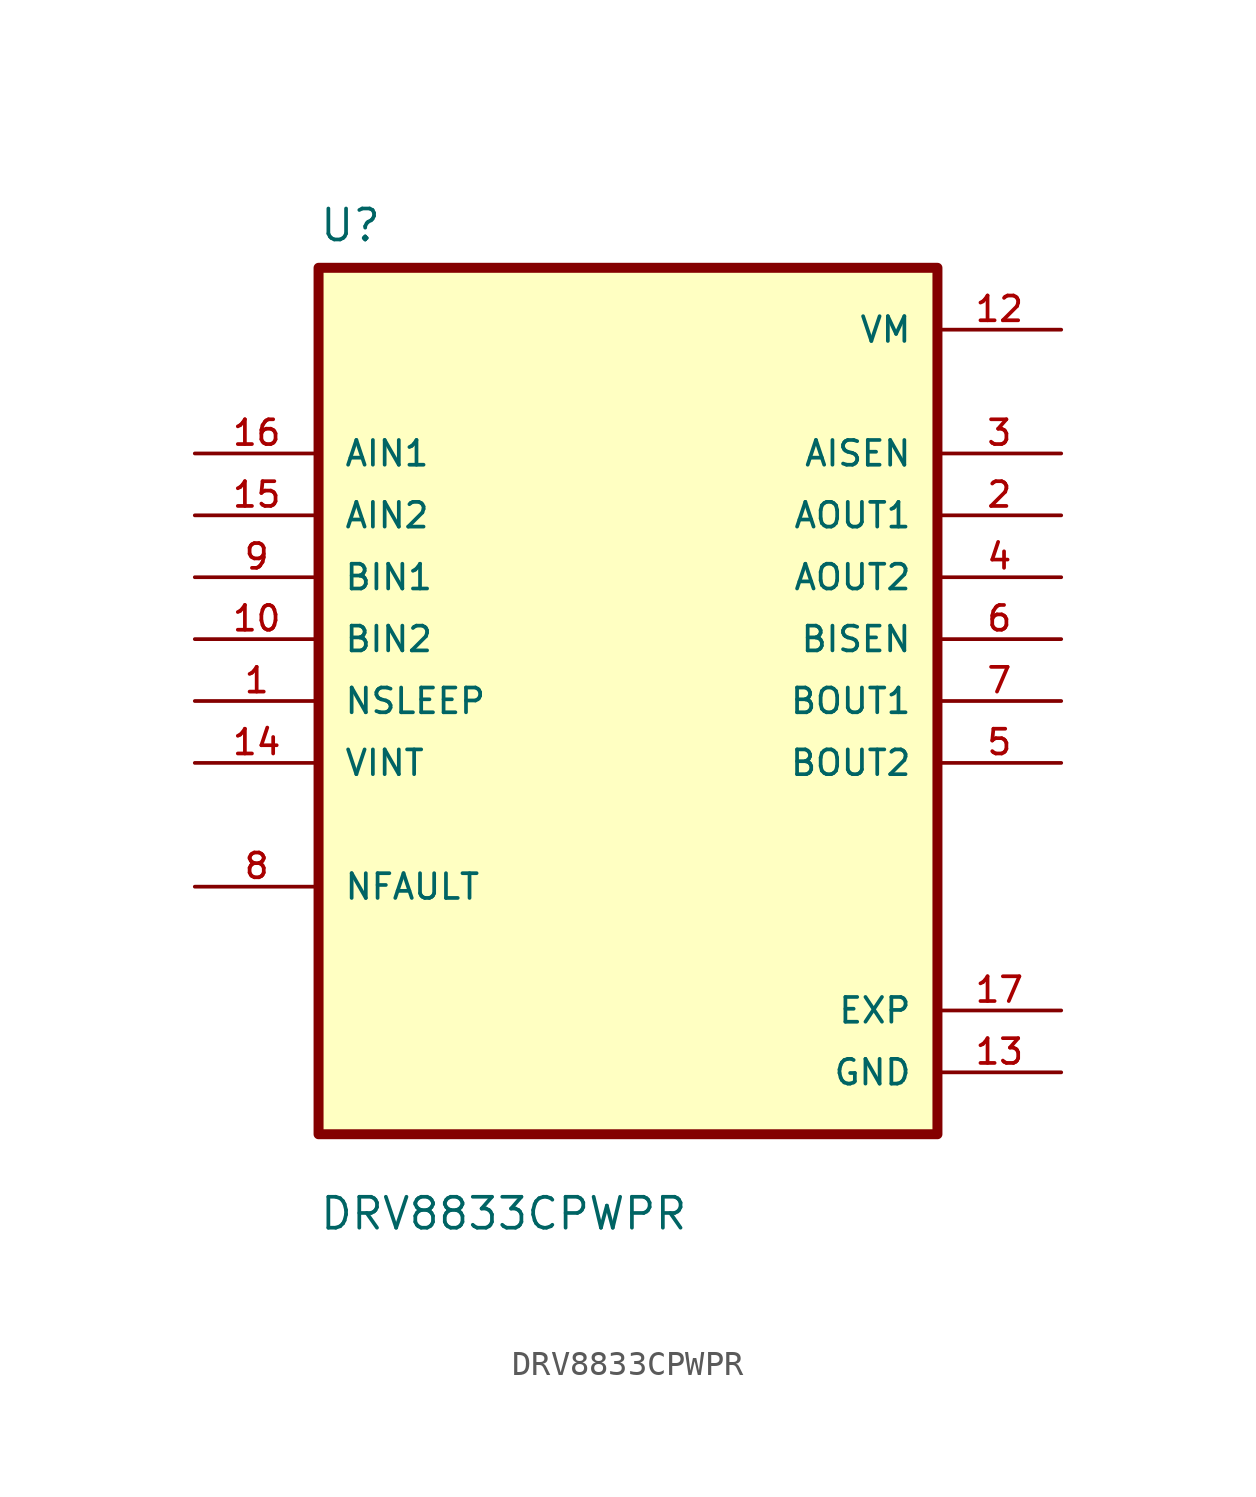
<source format=kicad_sym>
(kicad_symbol_lib
  (version 20211014)
  (generator kicad_symbol_editor)
  (symbol "DRV8833CPWPR"
    (pin_names
      (offset 1.016))
    (property "Reference" "U"
      (at -12.7 18.78 0.0)
      (effects (font (size 1.27 1.27)) (justify bottom left)))
    (property "Value" "DRV8833CPWPR"
      (at -12.7 -21.78 0.0)
      (effects (font (size 1.27 1.27)) (justify bottom left)))
    (symbol "DRV8833CPWPR_0_0"
      (rectangle (start -12.7 -17.78) (end 12.7 17.78) (stroke (width 0.41)) (fill (type background)))
      (pin input line (at -17.78 10.16 0) (length 5.08) (name "AIN1" (effects (font (size 1.016 1.016)))) (number "16" (effects (font (size 1.016 1.016)))))
      (pin input line (at -17.78 7.62 0) (length 5.08) (name "AIN2" (effects (font (size 1.016 1.016)))) (number "15" (effects (font (size 1.016 1.016)))))
      (pin input line (at -17.78 5.08 0) (length 5.08) (name "BIN1" (effects (font (size 1.016 1.016)))) (number "9" (effects (font (size 1.016 1.016)))))
      (pin input line (at -17.78 2.54 0) (length 5.08) (name "BIN2" (effects (font (size 1.016 1.016)))) (number "10" (effects (font (size 1.016 1.016)))))
      (pin input line (at -17.78 0.0 0) (length 5.08) (name "NSLEEP" (effects (font (size 1.016 1.016)))) (number "1" (effects (font (size 1.016 1.016)))))
      (pin input line (at -17.78 -2.54 0) (length 5.08) (name "VINT" (effects (font (size 1.016 1.016)))) (number "14" (effects (font (size 1.016 1.016)))))
      (pin bidirectional line (at -17.78 -7.62 0) (length 5.08) (name "NFAULT" (effects (font (size 1.016 1.016)))) (number "8" (effects (font (size 1.016 1.016)))))
      (pin power_in line (at 17.78 15.24 180.0) (length 5.08) (name "VM" (effects (font (size 1.016 1.016)))) (number "12" (effects (font (size 1.016 1.016)))))
      (pin output line (at 17.78 10.16 180.0) (length 5.08) (name "AISEN" (effects (font (size 1.016 1.016)))) (number "3" (effects (font (size 1.016 1.016)))))
      (pin output line (at 17.78 7.62 180.0) (length 5.08) (name "AOUT1" (effects (font (size 1.016 1.016)))) (number "2" (effects (font (size 1.016 1.016)))))
      (pin output line (at 17.78 5.08 180.0) (length 5.08) (name "AOUT2" (effects (font (size 1.016 1.016)))) (number "4" (effects (font (size 1.016 1.016)))))
      (pin output line (at 17.78 2.54 180.0) (length 5.08) (name "BISEN" (effects (font (size 1.016 1.016)))) (number "6" (effects (font (size 1.016 1.016)))))
      (pin output line (at 17.78 1.77636e-15 180.0) (length 5.08) (name "BOUT1" (effects (font (size 1.016 1.016)))) (number "7" (effects (font (size 1.016 1.016)))))
      (pin output line (at 17.78 -2.54 180.0) (length 5.08) (name "BOUT2" (effects (font (size 1.016 1.016)))) (number "5" (effects (font (size 1.016 1.016)))))
      (pin power_in line (at 17.78 -12.7 180.0) (length 5.08) (name "EXP" (effects (font (size 1.016 1.016)))) (number "17" (effects (font (size 1.016 1.016)))))
      (pin power_in line (at 17.78 -15.24 180.0) (length 5.08) (name "GND" (effects (font (size 1.016 1.016)))) (number "13" (effects (font (size 1.016 1.016))))))))
</source>
